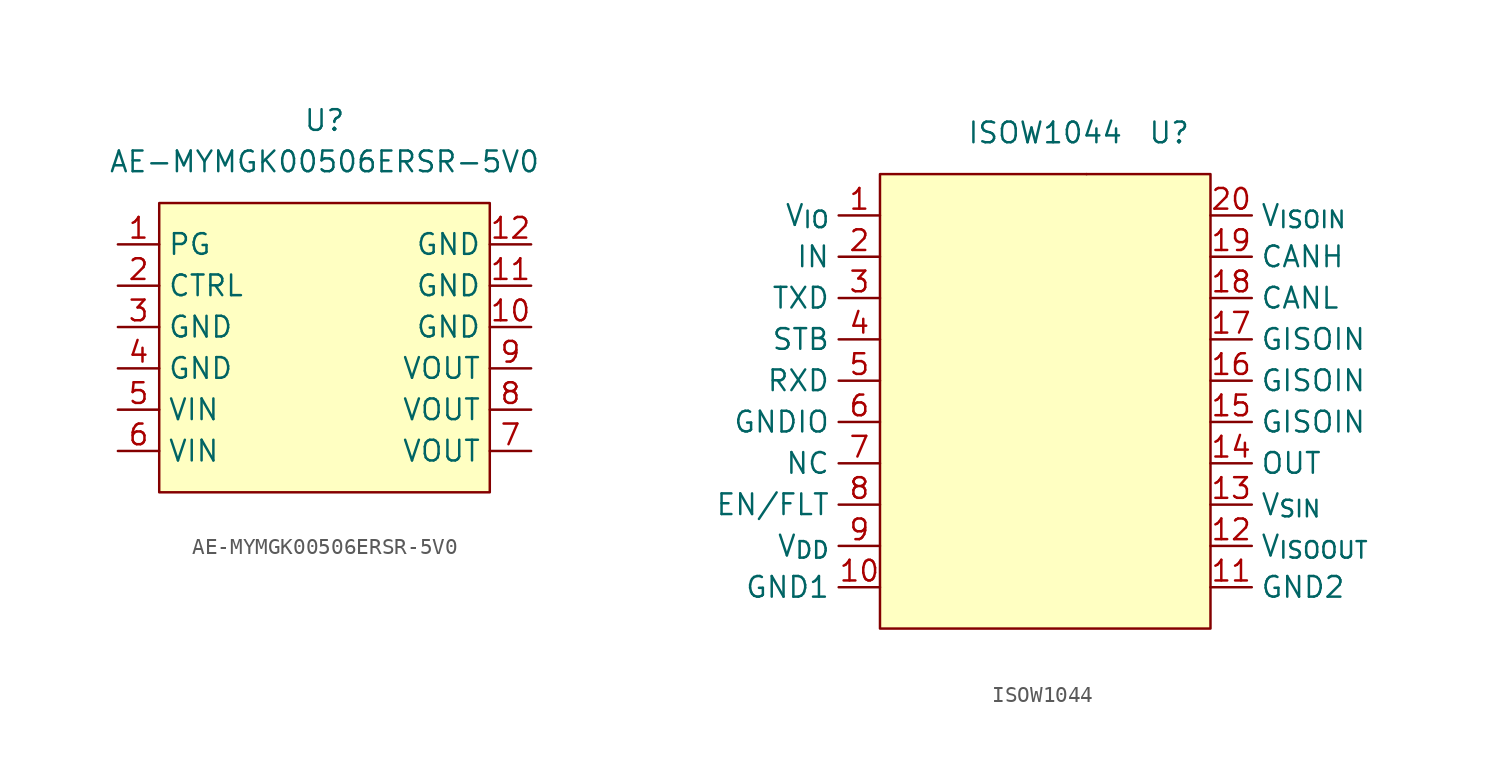
<source format=kicad_sym>
(kicad_symbol_lib
  (version 20220914)
  (generator kicad_symbol_editor)
  (symbol "AE-MYMGK00506ERSR-5V0"
    (property "Reference" "U"
      (at 0 17.78 0)
      (effects (font (size 1.27 1.27))))
    (property "Value" "AE-MYMGK00506ERSR-5V0"
      (at 0 15.24 0)
      (effects (font (size 1.27 1.27))))
    (symbol "AE-MYMGK00506ERSR-5V0_1_1"
      (rectangle (start -10.16 12.7) (end 10.16 -5.08) (stroke (width 0) (type default)) (fill (type background)))
      (pin input line (at -12.7 10.16 0) (length 2.54) (name "PG" (effects (font (size 1.27 1.27)))) (number "1" (effects (font (size 1.27 1.27)))))
      (pin power_in line (at 12.7 5.08 180) (length 2.54) (name "GND" (effects (font (size 1.27 1.27)))) (number "10" (effects (font (size 1.27 1.27)))))
      (pin power_in line (at 12.7 7.62 180) (length 2.54) (name "GND" (effects (font (size 1.27 1.27)))) (number "11" (effects (font (size 1.27 1.27)))))
      (pin power_in line (at 12.7 10.16 180) (length 2.54) (name "GND" (effects (font (size 1.27 1.27)))) (number "12" (effects (font (size 1.27 1.27)))))
      (pin input line (at -12.7 7.62 0) (length 2.54) (name "CTRL" (effects (font (size 1.27 1.27)))) (number "2" (effects (font (size 1.27 1.27)))))
      (pin power_in line (at -12.7 5.08 0) (length 2.54) (name "GND" (effects (font (size 1.27 1.27)))) (number "3" (effects (font (size 1.27 1.27)))))
      (pin power_in line (at -12.7 2.54 0) (length 2.54) (name "GND" (effects (font (size 1.27 1.27)))) (number "4" (effects (font (size 1.27 1.27)))))
      (pin power_in line (at -12.7 0 0) (length 2.54) (name "VIN" (effects (font (size 1.27 1.27)))) (number "5" (effects (font (size 1.27 1.27)))))
      (pin power_in line (at -12.7 -2.54 0) (length 2.54) (name "VIN" (effects (font (size 1.27 1.27)))) (number "6" (effects (font (size 1.27 1.27)))))
      (pin power_out line (at 12.7 -2.54 180) (length 2.54) (name "VOUT" (effects (font (size 1.27 1.27)))) (number "7" (effects (font (size 1.27 1.27)))))
      (pin power_out line (at 12.7 0 180) (length 2.54) (name "VOUT" (effects (font (size 1.27 1.27)))) (number "8" (effects (font (size 1.27 1.27)))))
      (pin power_out line (at 12.7 2.54 180) (length 2.54) (name "VOUT" (effects (font (size 1.27 1.27)))) (number "9" (effects (font (size 1.27 1.27)))))))
  (symbol "ISOW1044"
    (property "Reference" "U"
      (at 7.62 5.08 0)
      (effects (font (size 1.27 1.27))))
    (property "Value" "ISOW1044"
      (at 0 5.08 0)
      (effects (font (size 1.27 1.27))))
    (symbol "ISOW1044_0_1"
      (rectangle (start 2.54 2.54) (end 2.54 2.54) (stroke (width 0) (type default)) (fill (type none))))
    (symbol "ISOW1044_1_1"
      (rectangle (start -10.16 2.54) (end 10.16 -25.4) (stroke (width 0) (type default)) (fill (type background)))
      (pin power_in line (at -10.16 0 180) (length 2.54) (name "V_{IO}" (effects (font (size 1.27 1.27)))) (number "1" (effects (font (size 1.27 1.27)))))
      (pin power_in line (at -10.16 -22.86 180) (length 2.54) (name "GND1" (effects (font (size 1.27 1.27)))) (number "10" (effects (font (size 1.27 1.27)))))
      (pin power_in line (at 10.16 -22.86 0) (length 2.54) (name "GND2" (effects (font (size 1.27 1.27)))) (number "11" (effects (font (size 1.27 1.27)))))
      (pin power_out line (at 10.16 -20.32 0) (length 2.54) (name "V_{ISOOUT}" (effects (font (size 1.27 1.27)))) (number "12" (effects (font (size 1.27 1.27)))))
      (pin input line (at 10.16 -17.78 0) (length 2.54) (name "V_{SIN}" (effects (font (size 1.27 1.27)))) (number "13" (effects (font (size 1.27 1.27)))))
      (pin output line (at 10.16 -15.24 0) (length 2.54) (name "OUT" (effects (font (size 1.27 1.27)))) (number "14" (effects (font (size 1.27 1.27)))))
      (pin unspecified line (at 10.16 -12.7 0) (length 2.54) (name "GISOIN" (effects (font (size 1.27 1.27)))) (number "15" (effects (font (size 1.27 1.27)))))
      (pin unspecified line (at 10.16 -10.16 0) (length 2.54) (name "GISOIN" (effects (font (size 1.27 1.27)))) (number "16" (effects (font (size 1.27 1.27)))))
      (pin unspecified line (at 10.16 -7.62 0) (length 2.54) (name "GISOIN" (effects (font (size 1.27 1.27)))) (number "17" (effects (font (size 1.27 1.27)))))
      (pin bidirectional line (at 10.16 -5.08 0) (length 2.54) (name "CANL" (effects (font (size 1.27 1.27)))) (number "18" (effects (font (size 1.27 1.27)))))
      (pin bidirectional line (at 10.16 -2.54 0) (length 2.54) (name "CANH" (effects (font (size 1.27 1.27)))) (number "19" (effects (font (size 1.27 1.27)))))
      (pin input line (at -10.16 -2.54 180) (length 2.54) (name "IN" (effects (font (size 1.27 1.27)))) (number "2" (effects (font (size 1.27 1.27)))))
      (pin bidirectional line (at 10.16 0 0) (length 2.54) (name "V_{ISOIN}" (effects (font (size 1.27 1.27)))) (number "20" (effects (font (size 1.27 1.27)))))
      (pin input line (at -10.16 -5.08 180) (length 2.54) (name "TXD" (effects (font (size 1.27 1.27)))) (number "3" (effects (font (size 1.27 1.27)))))
      (pin input line (at -10.16 -7.62 180) (length 2.54) (name "STB" (effects (font (size 1.27 1.27)))) (number "4" (effects (font (size 1.27 1.27)))))
      (pin output line (at -10.16 -10.16 180) (length 2.54) (name "RXD" (effects (font (size 1.27 1.27)))) (number "5" (effects (font (size 1.27 1.27)))))
      (pin power_in line (at -10.16 -12.7 180) (length 2.54) (name "GNDIO" (effects (font (size 1.27 1.27)))) (number "6" (effects (font (size 1.27 1.27)))))
      (pin free line (at -10.16 -15.24 180) (length 2.54) (name "NC" (effects (font (size 1.27 1.27)))) (number "7" (effects (font (size 1.27 1.27)))))
      (pin bidirectional line (at -10.16 -17.78 180) (length 2.54) (name "EN/FLT" (effects (font (size 1.27 1.27)))) (number "8" (effects (font (size 1.27 1.27)))))
      (pin power_in line (at -10.16 -20.32 180) (length 2.54) (name "V_{DD}" (effects (font (size 1.27 1.27)))) (number "9" (effects (font (size 1.27 1.27))))))))
</source>
